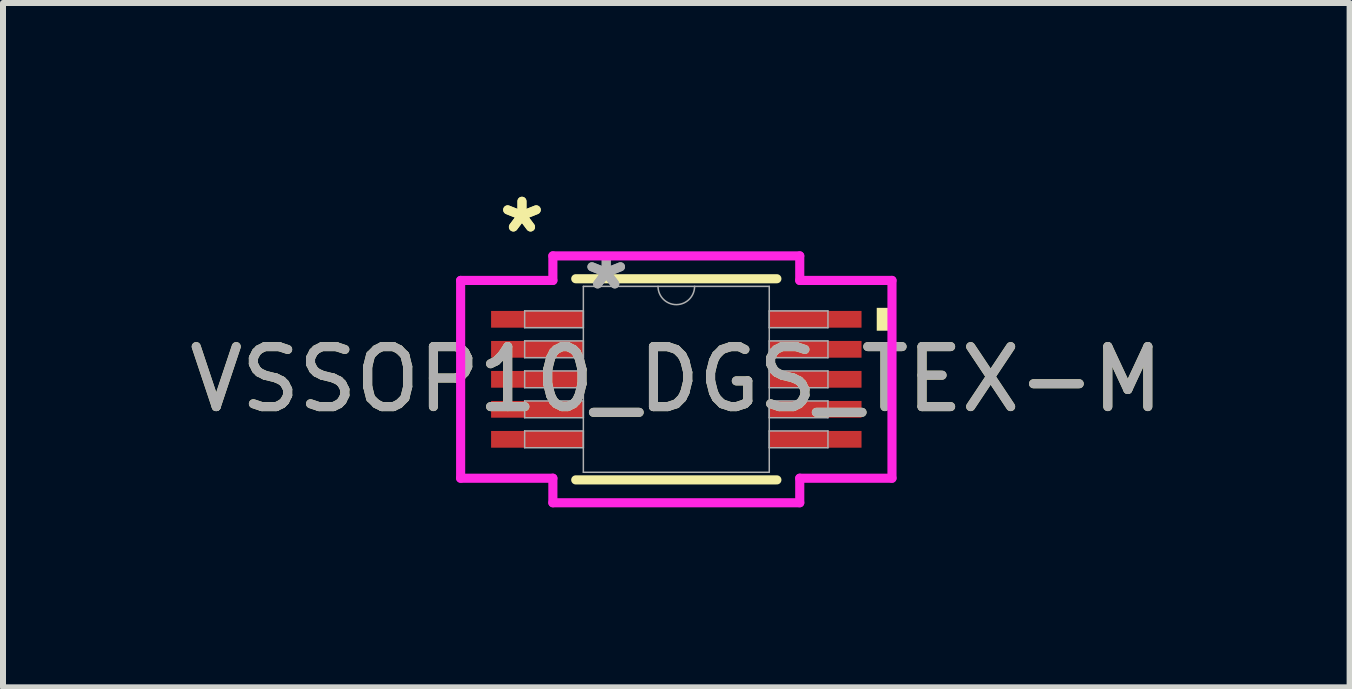
<source format=kicad_pcb>
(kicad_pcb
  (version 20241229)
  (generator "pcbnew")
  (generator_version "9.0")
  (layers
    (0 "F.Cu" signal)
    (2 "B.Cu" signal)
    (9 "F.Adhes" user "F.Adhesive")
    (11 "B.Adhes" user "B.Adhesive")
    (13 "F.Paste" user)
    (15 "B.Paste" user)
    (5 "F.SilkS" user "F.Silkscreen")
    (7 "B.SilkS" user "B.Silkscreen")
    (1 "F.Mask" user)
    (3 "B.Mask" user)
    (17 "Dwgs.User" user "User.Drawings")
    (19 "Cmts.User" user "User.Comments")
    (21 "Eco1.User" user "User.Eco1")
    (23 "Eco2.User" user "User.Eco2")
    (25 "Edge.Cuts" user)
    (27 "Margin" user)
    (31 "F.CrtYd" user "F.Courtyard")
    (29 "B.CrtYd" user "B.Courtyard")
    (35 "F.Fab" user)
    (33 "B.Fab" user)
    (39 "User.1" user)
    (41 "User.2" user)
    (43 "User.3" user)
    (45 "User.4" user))
  (footprint "VSSOP10_DGS_TEX-M"
    (layer "F.Cu")
    (at 8.22 3.271)
    (property "Reference" "VSSOP10_DGS_TEX-M" (at 0 0 0) (unlocked yes) (layer "F.SilkS") (effects (font (size 1 1) (thickness 0.15))))
    (attr smd)
    (fp_line (start -1.676 1.676) (end 1.676 1.676) (stroke (width 0.152) (type solid)) (layer "F.SilkS"))
    (fp_line (start 1.676 -1.676) (end -1.676 -1.676) (stroke (width 0.152) (type solid)) (layer "F.SilkS"))
    (fp_poly (pts (xy 3.594 -1.191) (xy 3.594 -0.81) (xy 3.34 -0.81) (xy 3.34 -1.191)) (stroke (width 0) (type solid)) (fill yes) (layer "F.SilkS"))
    (fp_line (start -3.594 -1.648) (end -2.057 -1.648) (stroke (width 0.152) (type solid)) (layer "F.CrtYd"))
    (fp_line (start -3.594 1.648) (end -3.594 -1.648) (stroke (width 0.152) (type solid)) (layer "F.CrtYd"))
    (fp_line (start -3.594 1.648) (end -2.057 1.648) (stroke (width 0.152) (type solid)) (layer "F.CrtYd"))
    (fp_line (start -2.057 -2.057) (end 2.057 -2.057) (stroke (width 0.152) (type solid)) (layer "F.CrtYd"))
    (fp_line (start -2.057 -1.648) (end -2.057 -2.057) (stroke (width 0.152) (type solid)) (layer "F.CrtYd"))
    (fp_line (start -2.057 2.057) (end -2.057 1.648) (stroke (width 0.152) (type solid)) (layer "F.CrtYd"))
    (fp_line (start 2.057 -2.057) (end 2.057 -1.648) (stroke (width 0.152) (type solid)) (layer "F.CrtYd"))
    (fp_line (start 2.057 1.648) (end 2.057 2.057) (stroke (width 0.152) (type solid)) (layer "F.CrtYd"))
    (fp_line (start 2.057 2.057) (end -2.057 2.057) (stroke (width 0.152) (type solid)) (layer "F.CrtYd"))
    (fp_line (start 3.594 -1.648) (end 2.057 -1.648) (stroke (width 0.152) (type solid)) (layer "F.CrtYd"))
    (fp_line (start 3.594 -1.648) (end 3.594 1.648) (stroke (width 0.152) (type solid)) (layer "F.CrtYd"))
    (fp_line (start 3.594 1.648) (end 2.057 1.648) (stroke (width 0.152) (type solid)) (layer "F.CrtYd"))
    (fp_line (start -2.527 -1.14) (end -2.527 -0.86) (stroke (width 0.025) (type solid)) (layer "F.Fab"))
    (fp_line (start -2.527 -0.86) (end -1.549 -0.86) (stroke (width 0.025) (type solid)) (layer "F.Fab"))
    (fp_line (start -2.527 -0.64) (end -2.527 -0.36) (stroke (width 0.025) (type solid)) (layer "F.Fab"))
    (fp_line (start -2.527 -0.36) (end -1.549 -0.36) (stroke (width 0.025) (type solid)) (layer "F.Fab"))
    (fp_line (start -2.527 -0.14) (end -2.527 0.14) (stroke (width 0.025) (type solid)) (layer "F.Fab"))
    (fp_line (start -2.527 0.14) (end -1.549 0.14) (stroke (width 0.025) (type solid)) (layer "F.Fab"))
    (fp_line (start -2.527 0.36) (end -2.527 0.64) (stroke (width 0.025) (type solid)) (layer "F.Fab"))
    (fp_line (start -2.527 0.64) (end -1.549 0.64) (stroke (width 0.025) (type solid)) (layer "F.Fab"))
    (fp_line (start -2.527 0.86) (end -2.527 1.14) (stroke (width 0.025) (type solid)) (layer "F.Fab"))
    (fp_line (start -2.527 1.14) (end -1.549 1.14) (stroke (width 0.025) (type solid)) (layer "F.Fab"))
    (fp_line (start -1.549 -1.549) (end -1.549 1.549) (stroke (width 0.025) (type solid)) (layer "F.Fab"))
    (fp_line (start -1.549 -1.14) (end -2.527 -1.14) (stroke (width 0.025) (type solid)) (layer "F.Fab"))
    (fp_line (start -1.549 -0.86) (end -1.549 -1.14) (stroke (width 0.025) (type solid)) (layer "F.Fab"))
    (fp_line (start -1.549 -0.64) (end -2.527 -0.64) (stroke (width 0.025) (type solid)) (layer "F.Fab"))
    (fp_line (start -1.549 -0.36) (end -1.549 -0.64) (stroke (width 0.025) (type solid)) (layer "F.Fab"))
    (fp_line (start -1.549 -0.14) (end -2.527 -0.14) (stroke (width 0.025) (type solid)) (layer "F.Fab"))
    (fp_line (start -1.549 0.14) (end -1.549 -0.14) (stroke (width 0.025) (type solid)) (layer "F.Fab"))
    (fp_line (start -1.549 0.36) (end -2.527 0.36) (stroke (width 0.025) (type solid)) (layer "F.Fab"))
    (fp_line (start -1.549 0.64) (end -1.549 0.36) (stroke (width 0.025) (type solid)) (layer "F.Fab"))
    (fp_line (start -1.549 0.86) (end -2.527 0.86) (stroke (width 0.025) (type solid)) (layer "F.Fab"))
    (fp_line (start -1.549 1.14) (end -1.549 0.86) (stroke (width 0.025) (type solid)) (layer "F.Fab"))
    (fp_line (start -1.549 1.549) (end 1.549 1.549) (stroke (width 0.025) (type solid)) (layer "F.Fab"))
    (fp_line (start 1.549 -1.549) (end -1.549 -1.549) (stroke (width 0.025) (type solid)) (layer "F.Fab"))
    (fp_line (start 1.549 -1.14) (end 1.549 -0.86) (stroke (width 0.025) (type solid)) (layer "F.Fab"))
    (fp_line (start 1.549 -0.86) (end 2.527 -0.86) (stroke (width 0.025) (type solid)) (layer "F.Fab"))
    (fp_line (start 1.549 -0.64) (end 1.549 -0.36) (stroke (width 0.025) (type solid)) (layer "F.Fab"))
    (fp_line (start 1.549 -0.36) (end 2.527 -0.36) (stroke (width 0.025) (type solid)) (layer "F.Fab"))
    (fp_line (start 1.549 -0.14) (end 1.549 0.14) (stroke (width 0.025) (type solid)) (layer "F.Fab"))
    (fp_line (start 1.549 0.14) (end 2.527 0.14) (stroke (width 0.025) (type solid)) (layer "F.Fab"))
    (fp_line (start 1.549 0.36) (end 1.549 0.64) (stroke (width 0.025) (type solid)) (layer "F.Fab"))
    (fp_line (start 1.549 0.64) (end 2.527 0.64) (stroke (width 0.025) (type solid)) (layer "F.Fab"))
    (fp_line (start 1.549 0.86) (end 1.549 1.14) (stroke (width 0.025) (type solid)) (layer "F.Fab"))
    (fp_line (start 1.549 1.14) (end 2.527 1.14) (stroke (width 0.025) (type solid)) (layer "F.Fab"))
    (fp_line (start 1.549 1.549) (end 1.549 -1.549) (stroke (width 0.025) (type solid)) (layer "F.Fab"))
    (fp_line (start 2.527 -1.14) (end 1.549 -1.14) (stroke (width 0.025) (type solid)) (layer "F.Fab"))
    (fp_line (start 2.527 -0.86) (end 2.527 -1.14) (stroke (width 0.025) (type solid)) (layer "F.Fab"))
    (fp_line (start 2.527 -0.64) (end 1.549 -0.64) (stroke (width 0.025) (type solid)) (layer "F.Fab"))
    (fp_line (start 2.527 -0.36) (end 2.527 -0.64) (stroke (width 0.025) (type solid)) (layer "F.Fab"))
    (fp_line (start 2.527 -0.14) (end 1.549 -0.14) (stroke (width 0.025) (type solid)) (layer "F.Fab"))
    (fp_line (start 2.527 0.14) (end 2.527 -0.14) (stroke (width 0.025) (type solid)) (layer "F.Fab"))
    (fp_line (start 2.527 0.36) (end 1.549 0.36) (stroke (width 0.025) (type solid)) (layer "F.Fab"))
    (fp_line (start 2.527 0.64) (end 2.527 0.36) (stroke (width 0.025) (type solid)) (layer "F.Fab"))
    (fp_line (start 2.527 0.86) (end 1.549 0.86) (stroke (width 0.025) (type solid)) (layer "F.Fab"))
    (fp_line (start 2.527 1.14) (end 2.527 0.86) (stroke (width 0.025) (type solid)) (layer "F.Fab"))
    (fp_arc (start 0.3048 -1.5494) (mid 0 -1.2446) (end -0.3048 -1.5494) (stroke (width 0.0254) (type solid)) (layer "F.Fab"))
    (fp_text user "*" (at -2.572 -2.422 0) (layer "F.SilkS") (effects (font (size 1 1) (thickness 0.15))))
    (fp_text user "*" (at -2.572 -2.422 0) (unlocked yes) (layer "F.SilkS") (effects (font (size 1 1) (thickness 0.15))))
    (fp_text user "${REFERENCE}" (at 0 0 0) (unlocked yes) (layer "F.Fab") (effects (font (size 1 1) (thickness 0.15))))
    (fp_text user "*" (at -1.168 -1.473 0) (unlocked yes) (layer "F.Fab") (effects (font (size 1 1) (thickness 0.15))))
    (fp_text user "*" (at -1.168 -1.473 0) (layer "F.Fab") (effects (font (size 1 1) (thickness 0.15))))
    (pad "1" smd rect (at -2.318 -1) (size 1.537 0.279) (layers "F.Cu" "F.Mask" "F.Paste"))
    (pad "2" smd rect (at -2.318 -0.5) (size 1.537 0.279) (layers "F.Cu" "F.Mask" "F.Paste"))
    (pad "3" smd rect (at -2.318 0) (size 1.537 0.279) (layers "F.Cu" "F.Mask" "F.Paste"))
    (pad "4" smd rect (at -2.318 0.5) (size 1.537 0.279) (layers "F.Cu" "F.Mask" "F.Paste"))
    (pad "5" smd rect (at -2.318 1) (size 1.537 0.279) (layers "F.Cu" "F.Mask" "F.Paste"))
    (pad "6" smd rect (at 2.318 1) (size 1.537 0.279) (layers "F.Cu" "F.Mask" "F.Paste"))
    (pad "7" smd rect (at 2.318 0.5) (size 1.537 0.279) (layers "F.Cu" "F.Mask" "F.Paste"))
    (pad "8" smd rect (at 2.318 0) (size 1.537 0.279) (layers "F.Cu" "F.Mask" "F.Paste"))
    (pad "9" smd rect (at 2.318 -0.5) (size 1.537 0.279) (layers "F.Cu" "F.Mask" "F.Paste"))
    (pad "10" smd rect (at 2.318 -1) (size 1.537 0.279) (layers "F.Cu" "F.Mask" "F.Paste")))
  (gr_rect
    (start -3 -3)
    (end 19.44 8.404)
    (stroke (width 0.1) (type default))
    (fill no)
    (layer "Edge.Cuts")))
</source>
